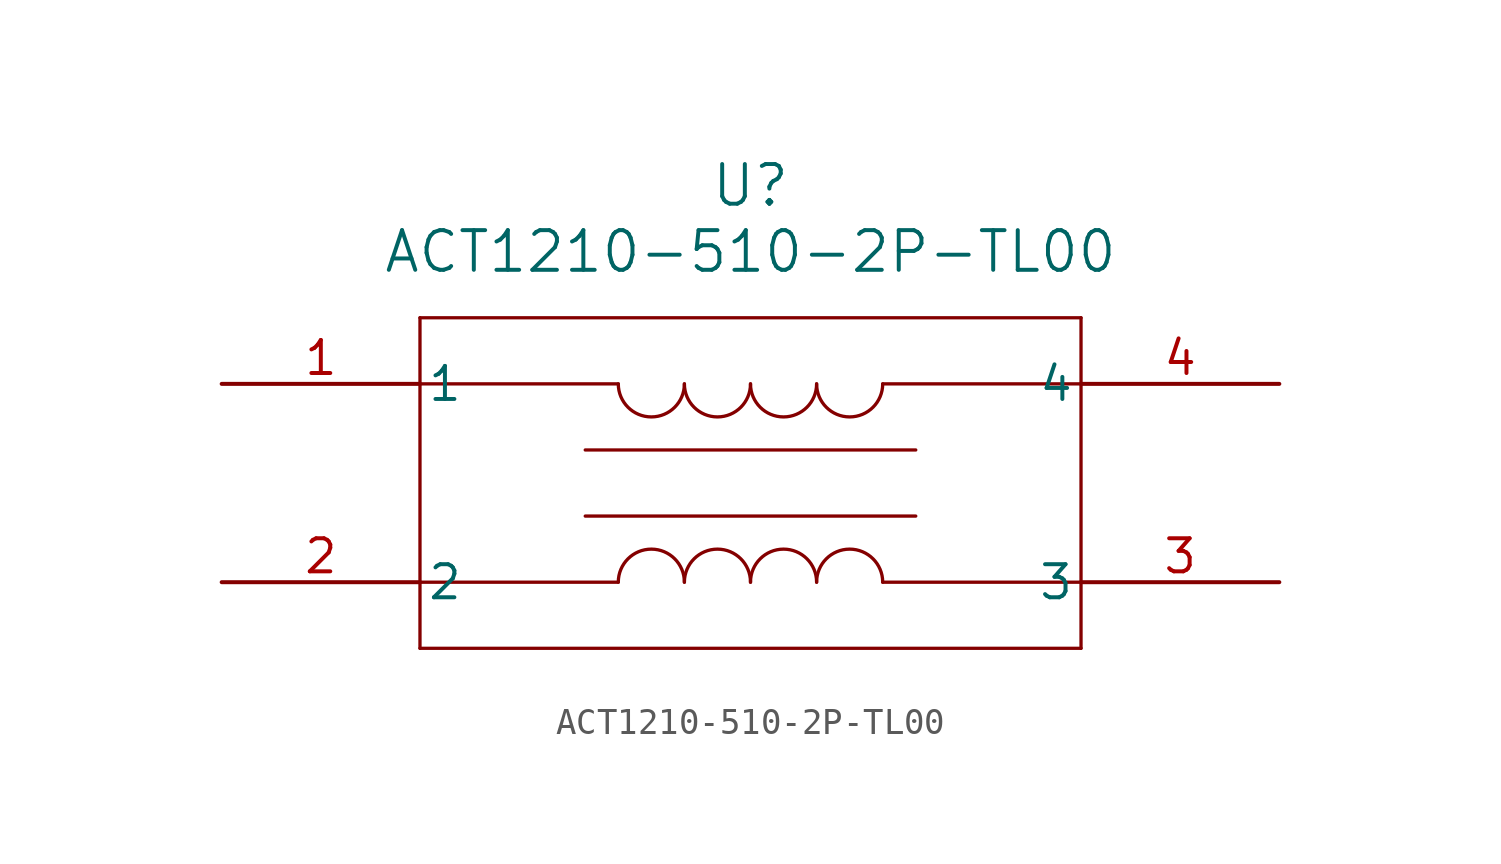
<source format=kicad_sym>
(kicad_symbol_lib
  (version 20211014)
  (generator kicad_symbol_editor)
  (symbol "ACT1210-510-2P-TL00"
    (pin_names
      (offset 0.254))
    (property "Reference" "U"
      (at 20.32 7.62 0)
      (effects (font (size 1.524 1.524))))
    (property "Value" "ACT1210-510-2P-TL00"
      (at 20.32 5.08 0)
      (effects (font (size 1.524 1.524))))
    (symbol "ACT1210-510-2P-TL00_0_1"
      (polyline (pts (xy 7.62 2.54) (xy 7.62 -10.16)) (stroke (width 0.127) (type default) (color 0 0 0 0)) (fill (type none)))
      (polyline (pts (xy 7.62 -10.16) (xy 33.02 -10.16)) (stroke (width 0.127) (type default) (color 0 0 0 0)) (fill (type none)))
      (polyline (pts (xy 33.02 -10.16) (xy 33.02 2.54)) (stroke (width 0.127) (type default) (color 0 0 0 0)) (fill (type none)))
      (polyline (pts (xy 33.02 2.54) (xy 7.62 2.54)) (stroke (width 0.127) (type default) (color 0 0 0 0)) (fill (type none)))
      (polyline (pts (xy 7.62 0) (xy 15.24 0)) (stroke (width 0.127) (type default) (color 0 0 0 0)) (fill (type none)))
      (polyline (pts (xy 33.02 0) (xy 25.4 0)) (stroke (width 0.127) (type default) (color 0 0 0 0)) (fill (type none)))
      (polyline (pts (xy 33.02 -7.62) (xy 25.4 -7.62)) (stroke (width 0.127) (type default) (color 0 0 0 0)) (fill (type none)))
      (polyline (pts (xy 7.62 -7.62) (xy 15.24 -7.62)) (stroke (width 0.127) (type default) (color 0 0 0 0)) (fill (type none)))
      (arc (start 15.24 0) (mid 16.51 -1.27) (end 17.78 0) (stroke (width 0.127) (type default) (color 0 0 0 0)) (fill (type none)))
      (arc (start 17.78 0) (mid 19.05 -1.27) (end 20.32 0) (stroke (width 0.127) (type default) (color 0 0 0 0)) (fill (type none)))
      (arc (start 20.32 0) (mid 21.59 -1.27) (end 22.86 0) (stroke (width 0.127) (type default) (color 0 0 0 0)) (fill (type none)))
      (arc (start 22.86 0) (mid 24.13 -1.27) (end 25.4 0) (stroke (width 0.127) (type default) (color 0 0 0 0)) (fill (type none)))
      (arc (start 25.4 -7.62) (mid 24.13 -6.35) (end 22.86 -7.62) (stroke (width 0.127) (type default) (color 0 0 0 0)) (fill (type none)))
      (arc (start 22.86 -7.62) (mid 21.59 -6.35) (end 20.32 -7.62) (stroke (width 0.127) (type default) (color 0 0 0 0)) (fill (type none)))
      (arc (start 20.32 -7.62) (mid 19.05 -6.35) (end 17.78 -7.62) (stroke (width 0.127) (type default) (color 0 0 0 0)) (fill (type none)))
      (arc (start 17.78 -7.62) (mid 16.51 -6.35) (end 15.24 -7.62) (stroke (width 0.127) (type default) (color 0 0 0 0)) (fill (type none)))
      (polyline (pts (xy 13.97 -2.54) (xy 26.67 -2.54)) (stroke (width 0.127) (type default) (color 0 0 0 0)) (fill (type none)))
      (polyline (pts (xy 13.97 -5.08) (xy 26.67 -5.08)) (stroke (width 0.127) (type default) (color 0 0 0 0)) (fill (type none)))
      (pin unspecified line (at 0 0 0) (length 7.62) (name "1" (effects (font (size 1.27 1.27)))) (number "1" (effects (font (size 1.27 1.27)))))
      (pin unspecified line (at 0 -7.62 0) (length 7.62) (name "2" (effects (font (size 1.27 1.27)))) (number "2" (effects (font (size 1.27 1.27)))))
      (pin unspecified line (at 40.64 -7.62 180) (length 7.62) (name "3" (effects (font (size 1.27 1.27)))) (number "3" (effects (font (size 1.27 1.27)))))
      (pin unspecified line (at 40.64 0 180) (length 7.62) (name "4" (effects (font (size 1.27 1.27)))) (number "4" (effects (font (size 1.27 1.27))))))))
</source>
